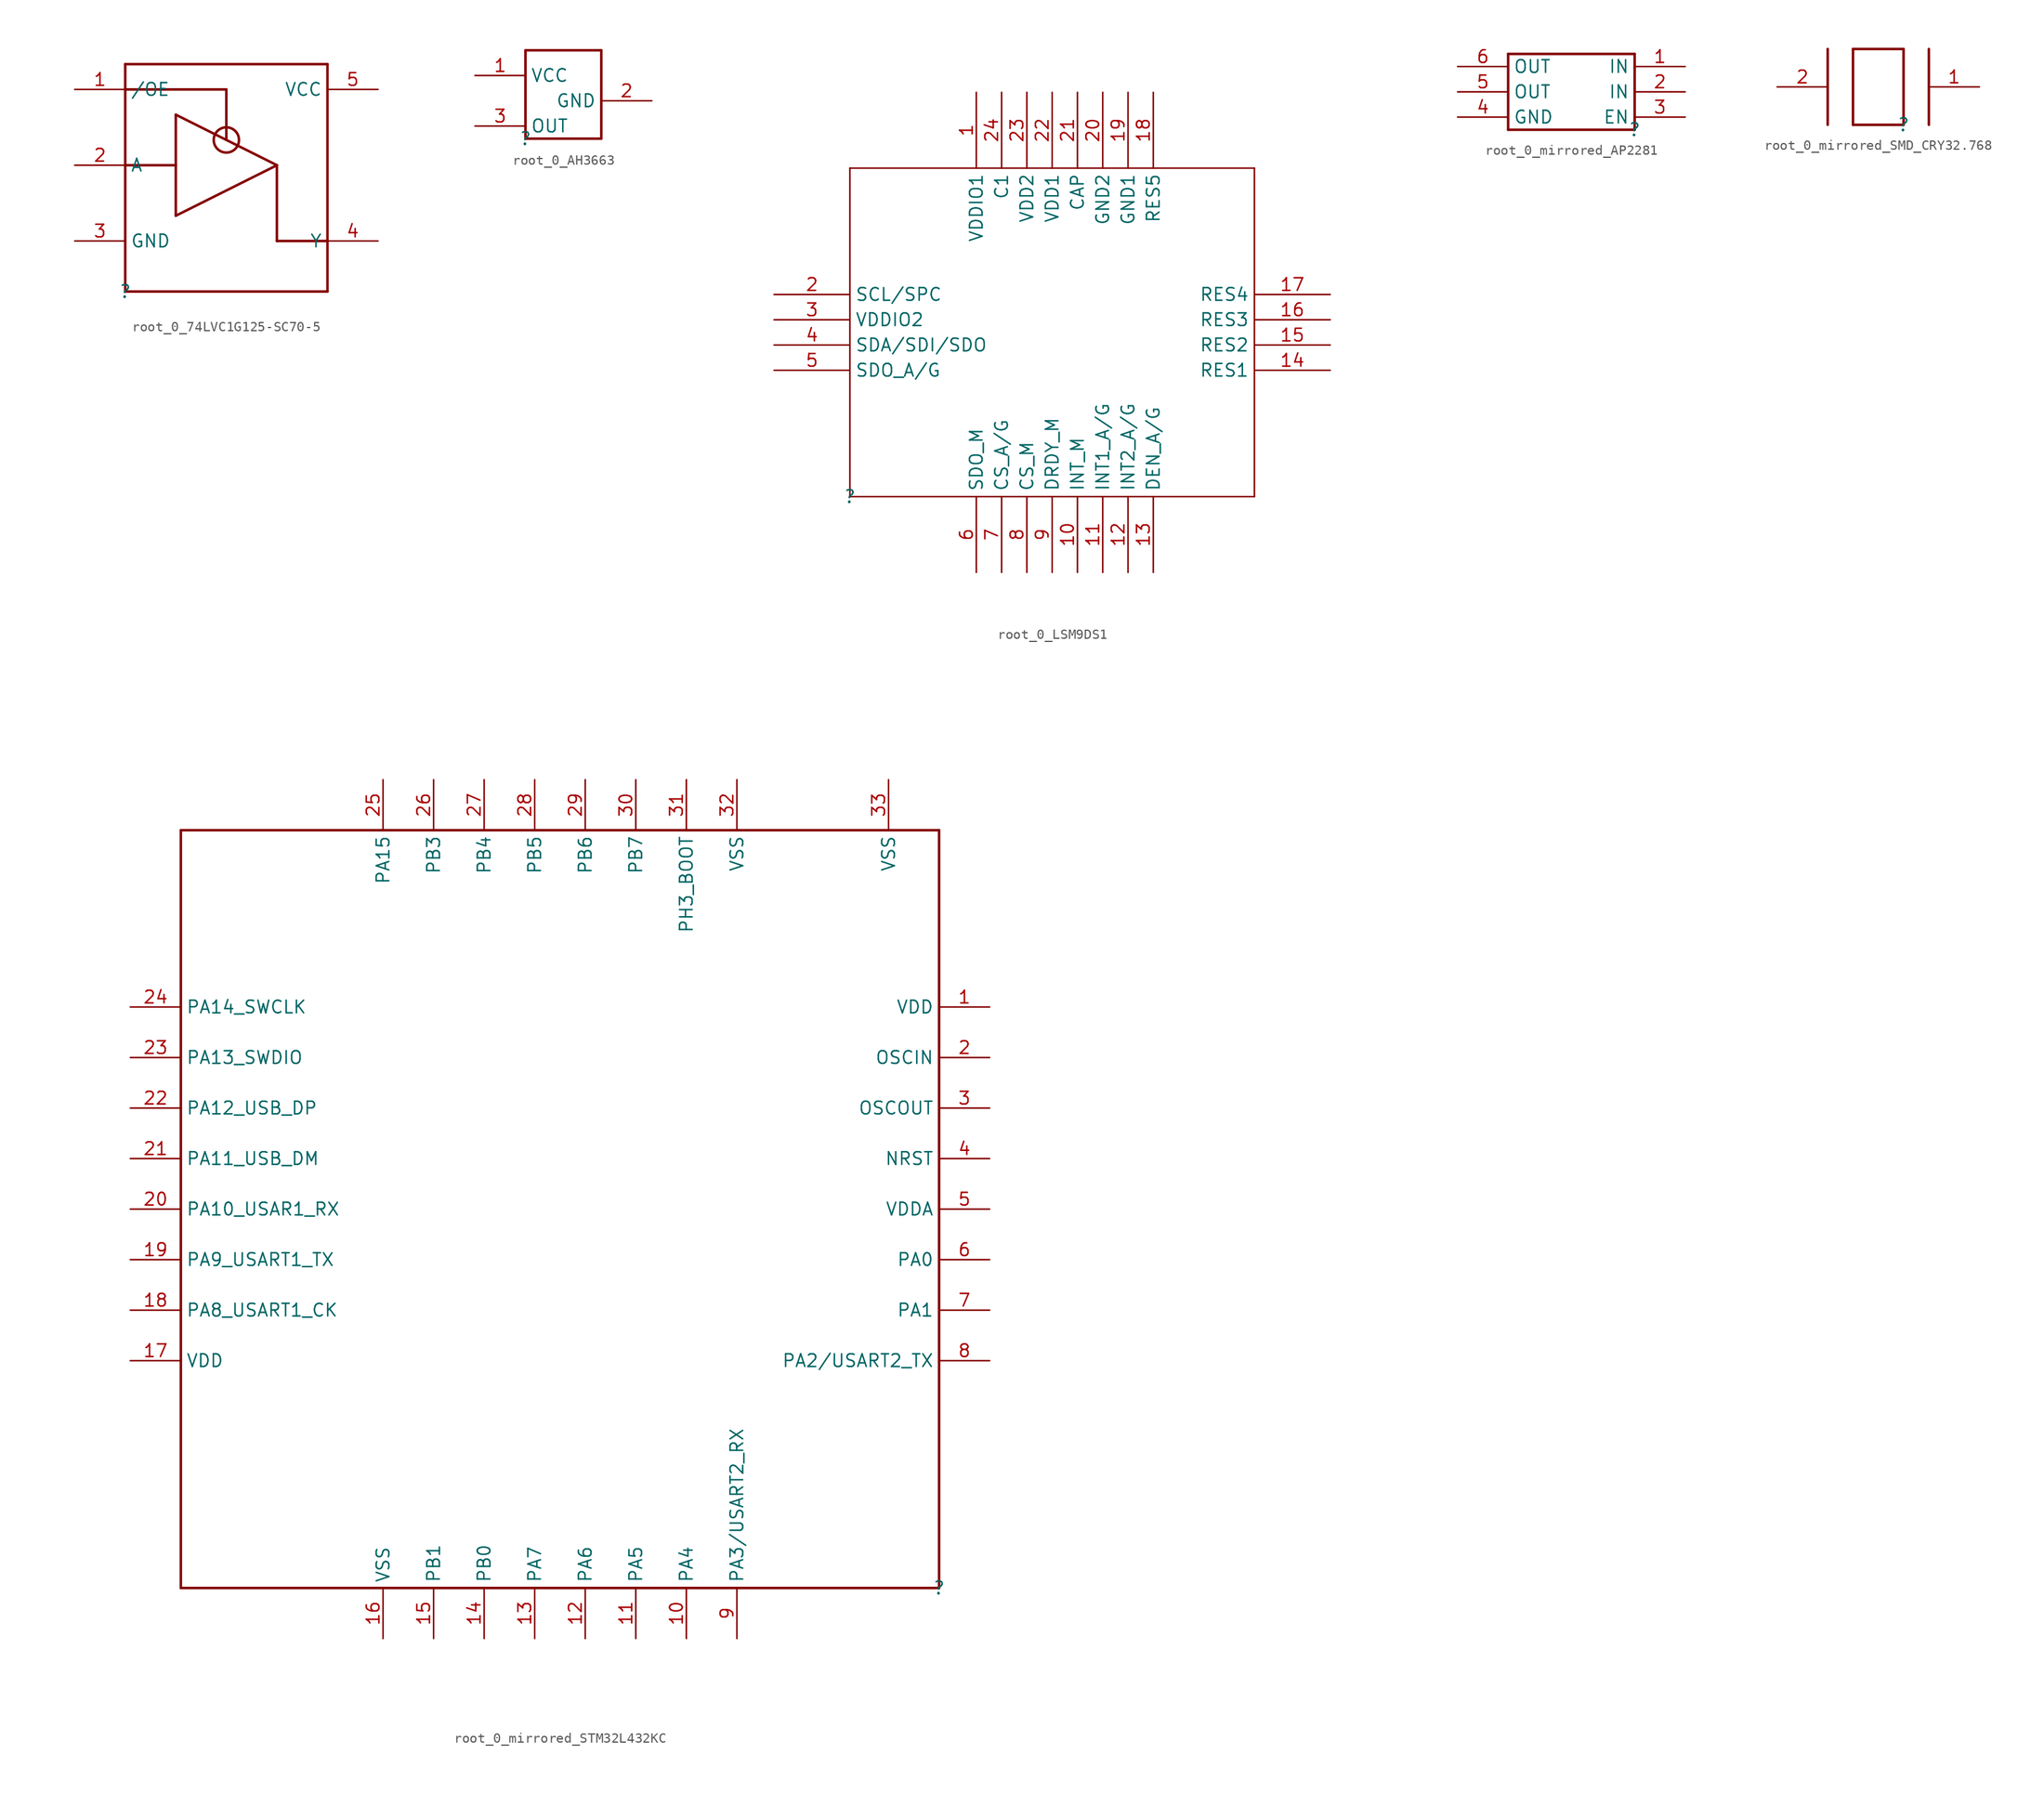
<source format=kicad_sym>
(kicad_symbol_lib
  (version 20220914)
  (generator kicad_symbol_editor)
  (symbol "root_0_74LVC1G125-SC70-5"
    (property "Reference" ""
      (at 0 0 0)
      (effects (font (size 1.27 1.27))))
    (property "Value" ""
      (at 0 0 0)
      (effects (font (size 1.27 1.27))))
    (symbol "root_0_74LVC1G125-SC70-5_1_0"
      (polyline (pts (xy 0 0) (xy 0 22.86)) (stroke (width 0.254) (type solid)) (fill (type none)))
      (polyline (pts (xy 0 12.7) (xy 5.08 12.7)) (stroke (width 0.254) (type solid)) (fill (type none)))
      (polyline (pts (xy 0 20.32) (xy 10.16 20.32)) (stroke (width 0.254) (type solid)) (fill (type none)))
      (polyline (pts (xy 0 22.86) (xy 20.32 22.86)) (stroke (width 0.254) (type solid)) (fill (type none)))
      (polyline (pts (xy 5.08 7.62) (xy 15.24 12.7)) (stroke (width 0.254) (type solid)) (fill (type none)))
      (polyline (pts (xy 5.08 17.78) (xy 5.08 7.62)) (stroke (width 0.254) (type solid)) (fill (type none)))
      (polyline (pts (xy 10.16 20.32) (xy 10.16 15.24)) (stroke (width 0.254) (type solid)) (fill (type none)))
      (polyline (pts (xy 15.24 5.08) (xy 20.32 5.08)) (stroke (width 0.254) (type solid)) (fill (type none)))
      (polyline (pts (xy 15.24 12.7) (xy 5.08 17.78)) (stroke (width 0.254) (type solid)) (fill (type none)))
      (polyline (pts (xy 15.24 12.7) (xy 15.24 5.08)) (stroke (width 0.254) (type solid)) (fill (type none)))
      (polyline (pts (xy 20.32 0) (xy 0 0)) (stroke (width 0.254) (type solid)) (fill (type none)))
      (polyline (pts (xy 20.32 22.86) (xy 20.32 0)) (stroke (width 0.254) (type solid)) (fill (type none)))
      (circle (center 10.16 15.24) (radius 1.27) (stroke (width 0.254) (type solid)) (fill (type none)))
      (pin passive line (at -5.08 20.32 0) (length 5.08) (name "/OE" (effects (font (size 1.27 1.27)))) (number "1" (effects (font (size 1.27 1.27)))))
      (pin passive line (at -5.08 12.7 0) (length 5.08) (name "A" (effects (font (size 1.27 1.27)))) (number "2" (effects (font (size 1.27 1.27)))))
      (pin passive line (at -5.08 5.08 0) (length 5.08) (name "GND" (effects (font (size 1.27 1.27)))) (number "3" (effects (font (size 1.27 1.27)))))
      (pin passive line (at 25.4 5.08 180) (length 5.08) (name "Y" (effects (font (size 1.27 1.27)))) (number "4" (effects (font (size 1.27 1.27)))))
      (pin passive line (at 25.4 20.32 180) (length 5.08) (name "VCC" (effects (font (size 1.27 1.27)))) (number "5" (effects (font (size 1.27 1.27)))))))
  (symbol "root_0_AH3663"
    (property "Reference" ""
      (at 0 0 0)
      (effects (font (size 1.27 1.27))))
    (property "Value" ""
      (at 0 0 0)
      (effects (font (size 1.27 1.27))))
    (symbol "root_0_AH3663_1_0"
      (polyline (pts (xy 0 0) (xy 0 8.89)) (stroke (width 0.254) (type solid)) (fill (type none)))
      (polyline (pts (xy 0 8.89) (xy 7.62 8.89)) (stroke (width 0.254) (type solid)) (fill (type none)))
      (polyline (pts (xy 7.62 0) (xy 0 0)) (stroke (width 0.254) (type solid)) (fill (type none)))
      (polyline (pts (xy 7.62 8.89) (xy 7.62 0)) (stroke (width 0.254) (type solid)) (fill (type none)))
      (pin passive line (at -5.08 6.35 0) (length 5.08) (name "VCC" (effects (font (size 1.27 1.27)))) (number "1" (effects (font (size 1.27 1.27)))))
      (pin passive line (at 12.7 3.81 180) (length 5.08) (name "GND" (effects (font (size 1.27 1.27)))) (number "2" (effects (font (size 1.27 1.27)))))
      (pin passive line (at -5.08 1.27 0) (length 5.08) (name "OUT" (effects (font (size 1.27 1.27)))) (number "3" (effects (font (size 1.27 1.27)))))))
  (symbol "root_0_LSM9DS1"
    (property "Reference" ""
      (at 0 0 0)
      (effects (font (size 1.27 1.27))))
    (property "Value" ""
      (at 0 0 0)
      (effects (font (size 1.27 1.27))))
    (symbol "root_0_LSM9DS1_1_0"
      (polyline (pts (xy 0 0) (xy 0 33.02)) (stroke (width 0) (type solid)) (fill (type none)))
      (polyline (pts (xy 0 33.02) (xy 40.64 33.02)) (stroke (width 0) (type solid)) (fill (type none)))
      (polyline (pts (xy 40.64 0) (xy 0 0)) (stroke (width 0) (type solid)) (fill (type none)))
      (polyline (pts (xy 40.64 33.02) (xy 40.64 0)) (stroke (width 0) (type solid)) (fill (type none)))
      (pin passive line (at 12.7 40.64 270) (length 7.62) (name "VDDIO1" (effects (font (size 1.27 1.27)))) (number "1" (effects (font (size 1.27 1.27)))))
      (pin passive line (at 22.86 -7.62 90) (length 7.62) (name "INT_M" (effects (font (size 1.27 1.27)))) (number "10" (effects (font (size 1.27 1.27)))))
      (pin passive line (at 25.4 -7.62 90) (length 7.62) (name "INT1_A/G" (effects (font (size 1.27 1.27)))) (number "11" (effects (font (size 1.27 1.27)))))
      (pin passive line (at 27.94 -7.62 90) (length 7.62) (name "INT2_A/G" (effects (font (size 1.27 1.27)))) (number "12" (effects (font (size 1.27 1.27)))))
      (pin passive line (at 30.48 -7.62 90) (length 7.62) (name "DEN_A/G" (effects (font (size 1.27 1.27)))) (number "13" (effects (font (size 1.27 1.27)))))
      (pin passive line (at 48.26 12.7 180) (length 7.62) (name "RES1" (effects (font (size 1.27 1.27)))) (number "14" (effects (font (size 1.27 1.27)))))
      (pin passive line (at 48.26 15.24 180) (length 7.62) (name "RES2" (effects (font (size 1.27 1.27)))) (number "15" (effects (font (size 1.27 1.27)))))
      (pin passive line (at 48.26 17.78 180) (length 7.62) (name "RES3" (effects (font (size 1.27 1.27)))) (number "16" (effects (font (size 1.27 1.27)))))
      (pin passive line (at 48.26 20.32 180) (length 7.62) (name "RES4" (effects (font (size 1.27 1.27)))) (number "17" (effects (font (size 1.27 1.27)))))
      (pin passive line (at 30.48 40.64 270) (length 7.62) (name "RES5" (effects (font (size 1.27 1.27)))) (number "18" (effects (font (size 1.27 1.27)))))
      (pin passive line (at 27.94 40.64 270) (length 7.62) (name "GND1" (effects (font (size 1.27 1.27)))) (number "19" (effects (font (size 1.27 1.27)))))
      (pin passive line (at -7.62 20.32 0) (length 7.62) (name "SCL/SPC" (effects (font (size 1.27 1.27)))) (number "2" (effects (font (size 1.27 1.27)))))
      (pin passive line (at 25.4 40.64 270) (length 7.62) (name "GND2" (effects (font (size 1.27 1.27)))) (number "20" (effects (font (size 1.27 1.27)))))
      (pin passive line (at 22.86 40.64 270) (length 7.62) (name "CAP" (effects (font (size 1.27 1.27)))) (number "21" (effects (font (size 1.27 1.27)))))
      (pin passive line (at 20.32 40.64 270) (length 7.62) (name "VDD1" (effects (font (size 1.27 1.27)))) (number "22" (effects (font (size 1.27 1.27)))))
      (pin passive line (at 17.78 40.64 270) (length 7.62) (name "VDD2" (effects (font (size 1.27 1.27)))) (number "23" (effects (font (size 1.27 1.27)))))
      (pin passive line (at 15.24 40.64 270) (length 7.62) (name "C1" (effects (font (size 1.27 1.27)))) (number "24" (effects (font (size 1.27 1.27)))))
      (pin passive line (at -7.62 17.78 0) (length 7.62) (name "VDDIO2" (effects (font (size 1.27 1.27)))) (number "3" (effects (font (size 1.27 1.27)))))
      (pin passive line (at -7.62 15.24 0) (length 7.62) (name "SDA/SDI/SDO" (effects (font (size 1.27 1.27)))) (number "4" (effects (font (size 1.27 1.27)))))
      (pin passive line (at -7.62 12.7 0) (length 7.62) (name "SDO_A/G" (effects (font (size 1.27 1.27)))) (number "5" (effects (font (size 1.27 1.27)))))
      (pin passive line (at 12.7 -7.62 90) (length 7.62) (name "SDO_M" (effects (font (size 1.27 1.27)))) (number "6" (effects (font (size 1.27 1.27)))))
      (pin passive line (at 15.24 -7.62 90) (length 7.62) (name "CS_A/G" (effects (font (size 1.27 1.27)))) (number "7" (effects (font (size 1.27 1.27)))))
      (pin passive line (at 17.78 -7.62 90) (length 7.62) (name "CS_M" (effects (font (size 1.27 1.27)))) (number "8" (effects (font (size 1.27 1.27)))))
      (pin passive line (at 20.32 -7.62 90) (length 7.62) (name "DRDY_M" (effects (font (size 1.27 1.27)))) (number "9" (effects (font (size 1.27 1.27)))))))
  (symbol "root_0_mirrored_AP2281"
    (property "Reference" ""
      (at 0 0 0)
      (effects (font (size 1.27 1.27))))
    (property "Value" ""
      (at 0 0 0)
      (effects (font (size 1.27 1.27))))
    (symbol "root_0_mirrored_AP2281_1_0"
      (polyline (pts (xy -12.7 0) (xy 0 0)) (stroke (width 0.254) (type solid)) (fill (type none)))
      (polyline (pts (xy -12.7 7.62) (xy -12.7 0)) (stroke (width 0.254) (type solid)) (fill (type none)))
      (polyline (pts (xy 0 0) (xy 0 7.62)) (stroke (width 0.254) (type solid)) (fill (type none)))
      (polyline (pts (xy 0 7.62) (xy -12.7 7.62)) (stroke (width 0.254) (type solid)) (fill (type none)))
      (pin passive line (at 5.08 6.35 180) (length 5.08) (name "IN" (effects (font (size 1.27 1.27)))) (number "1" (effects (font (size 1.27 1.27)))))
      (pin passive line (at 5.08 3.81 180) (length 5.08) (name "IN" (effects (font (size 1.27 1.27)))) (number "2" (effects (font (size 1.27 1.27)))))
      (pin passive line (at 5.08 1.27 180) (length 5.08) (name "EN" (effects (font (size 1.27 1.27)))) (number "3" (effects (font (size 1.27 1.27)))))
      (pin passive line (at -17.78 1.27 0) (length 5.08) (name "GND" (effects (font (size 1.27 1.27)))) (number "4" (effects (font (size 1.27 1.27)))))
      (pin passive line (at -17.78 3.81 0) (length 5.08) (name "OUT" (effects (font (size 1.27 1.27)))) (number "5" (effects (font (size 1.27 1.27)))))
      (pin passive line (at -17.78 6.35 0) (length 5.08) (name "OUT" (effects (font (size 1.27 1.27)))) (number "6" (effects (font (size 1.27 1.27)))))))
  (symbol "root_0_mirrored_SMD_CRY32.768"
    (property "Reference" ""
      (at 0 0 0)
      (effects (font (size 1.27 1.27))))
    (property "Value" ""
      (at 0 0 0)
      (effects (font (size 1.27 1.27))))
    (symbol "root_0_mirrored_SMD_CRY32.768_1_0"
      (polyline (pts (xy -7.62 7.62) (xy -7.62 0)) (stroke (width 0.254) (type solid)) (fill (type none)))
      (polyline (pts (xy -5.08 0) (xy 0 0)) (stroke (width 0.254) (type solid)) (fill (type none)))
      (polyline (pts (xy -5.08 7.62) (xy -5.08 0)) (stroke (width 0.254) (type solid)) (fill (type none)))
      (polyline (pts (xy 0 0) (xy 0 7.62)) (stroke (width 0.254) (type solid)) (fill (type none)))
      (polyline (pts (xy 0 7.62) (xy -5.08 7.62)) (stroke (width 0.254) (type solid)) (fill (type none)))
      (polyline (pts (xy 2.54 7.62) (xy 2.54 0)) (stroke (width 0.254) (type solid)) (fill (type none)))
      (pin passive line (at 7.62 3.81 180) (length 5.08) (name "1" (effects (font (size 0 0)))) (number "1" (effects (font (size 1.27 1.27)))))
      (pin passive line (at -12.7 3.81 0) (length 5.08) (name "2" (effects (font (size 0 0)))) (number "2" (effects (font (size 1.27 1.27)))))))
  (symbol "root_0_mirrored_STM32L432KC"
    (property "Reference" ""
      (at 0 0 0)
      (effects (font (size 1.27 1.27))))
    (property "Value" ""
      (at 0 0 0)
      (effects (font (size 1.27 1.27))))
    (symbol "root_0_mirrored_STM32L432KC_1_0"
      (polyline (pts (xy -76.2 0) (xy 0 0)) (stroke (width 0.254) (type solid)) (fill (type none)))
      (polyline (pts (xy -76.2 76.2) (xy -76.2 0)) (stroke (width 0.254) (type solid)) (fill (type none)))
      (polyline (pts (xy 0 0) (xy 0 76.2)) (stroke (width 0.254) (type solid)) (fill (type none)))
      (polyline (pts (xy 0 76.2) (xy -76.2 76.2)) (stroke (width 0.254) (type solid)) (fill (type none)))
      (pin passive line (at 5.08 58.42 180) (length 5.08) (name "VDD" (effects (font (size 1.27 1.27)))) (number "1" (effects (font (size 1.27 1.27)))))
      (pin passive line (at -25.4 -5.08 90) (length 5.08) (name "PA4" (effects (font (size 1.27 1.27)))) (number "10" (effects (font (size 1.27 1.27)))))
      (pin passive line (at -30.48 -5.08 90) (length 5.08) (name "PA5" (effects (font (size 1.27 1.27)))) (number "11" (effects (font (size 1.27 1.27)))))
      (pin passive line (at -35.56 -5.08 90) (length 5.08) (name "PA6" (effects (font (size 1.27 1.27)))) (number "12" (effects (font (size 1.27 1.27)))))
      (pin passive line (at -40.64 -5.08 90) (length 5.08) (name "PA7" (effects (font (size 1.27 1.27)))) (number "13" (effects (font (size 1.27 1.27)))))
      (pin passive line (at -45.72 -5.08 90) (length 5.08) (name "PB0" (effects (font (size 1.27 1.27)))) (number "14" (effects (font (size 1.27 1.27)))))
      (pin passive line (at -50.8 -5.08 90) (length 5.08) (name "PB1" (effects (font (size 1.27 1.27)))) (number "15" (effects (font (size 1.27 1.27)))))
      (pin passive line (at -55.88 -5.08 90) (length 5.08) (name "VSS" (effects (font (size 1.27 1.27)))) (number "16" (effects (font (size 1.27 1.27)))))
      (pin passive line (at -81.28 22.86 0) (length 5.08) (name "VDD" (effects (font (size 1.27 1.27)))) (number "17" (effects (font (size 1.27 1.27)))))
      (pin passive line (at -81.28 27.94 0) (length 5.08) (name "PA8_USART1_CK" (effects (font (size 1.27 1.27)))) (number "18" (effects (font (size 1.27 1.27)))))
      (pin passive line (at -81.28 33.02 0) (length 5.08) (name "PA9_USART1_TX" (effects (font (size 1.27 1.27)))) (number "19" (effects (font (size 1.27 1.27)))))
      (pin passive line (at 5.08 53.34 180) (length 5.08) (name "OSCIN" (effects (font (size 1.27 1.27)))) (number "2" (effects (font (size 1.27 1.27)))))
      (pin passive line (at -81.28 38.1 0) (length 5.08) (name "PA10_USAR1_RX" (effects (font (size 1.27 1.27)))) (number "20" (effects (font (size 1.27 1.27)))))
      (pin passive line (at -81.28 43.18 0) (length 5.08) (name "PA11_USB_DM" (effects (font (size 1.27 1.27)))) (number "21" (effects (font (size 1.27 1.27)))))
      (pin passive line (at -81.28 48.26 0) (length 5.08) (name "PA12_USB_DP" (effects (font (size 1.27 1.27)))) (number "22" (effects (font (size 1.27 1.27)))))
      (pin passive line (at -81.28 53.34 0) (length 5.08) (name "PA13_SWDIO" (effects (font (size 1.27 1.27)))) (number "23" (effects (font (size 1.27 1.27)))))
      (pin passive line (at -81.28 58.42 0) (length 5.08) (name "PA14_SWCLK" (effects (font (size 1.27 1.27)))) (number "24" (effects (font (size 1.27 1.27)))))
      (pin passive line (at -55.88 81.28 270) (length 5.08) (name "PA15" (effects (font (size 1.27 1.27)))) (number "25" (effects (font (size 1.27 1.27)))))
      (pin passive line (at -50.8 81.28 270) (length 5.08) (name "PB3" (effects (font (size 1.27 1.27)))) (number "26" (effects (font (size 1.27 1.27)))))
      (pin passive line (at -45.72 81.28 270) (length 5.08) (name "PB4" (effects (font (size 1.27 1.27)))) (number "27" (effects (font (size 1.27 1.27)))))
      (pin passive line (at -40.64 81.28 270) (length 5.08) (name "PB5" (effects (font (size 1.27 1.27)))) (number "28" (effects (font (size 1.27 1.27)))))
      (pin passive line (at -35.56 81.28 270) (length 5.08) (name "PB6" (effects (font (size 1.27 1.27)))) (number "29" (effects (font (size 1.27 1.27)))))
      (pin passive line (at 5.08 48.26 180) (length 5.08) (name "OSCOUT" (effects (font (size 1.27 1.27)))) (number "3" (effects (font (size 1.27 1.27)))))
      (pin passive line (at -30.48 81.28 270) (length 5.08) (name "PB7" (effects (font (size 1.27 1.27)))) (number "30" (effects (font (size 1.27 1.27)))))
      (pin passive line (at -25.4 81.28 270) (length 5.08) (name "PH3_BOOT" (effects (font (size 1.27 1.27)))) (number "31" (effects (font (size 1.27 1.27)))))
      (pin passive line (at -20.32 81.28 270) (length 5.08) (name "VSS" (effects (font (size 1.27 1.27)))) (number "32" (effects (font (size 1.27 1.27)))))
      (pin passive line (at -5.08 81.28 270) (length 5.08) (name "VSS" (effects (font (size 1.27 1.27)))) (number "33" (effects (font (size 1.27 1.27)))))
      (pin passive line (at 5.08 43.18 180) (length 5.08) (name "NRST" (effects (font (size 1.27 1.27)))) (number "4" (effects (font (size 1.27 1.27)))))
      (pin passive line (at 5.08 38.1 180) (length 5.08) (name "VDDA" (effects (font (size 1.27 1.27)))) (number "5" (effects (font (size 1.27 1.27)))))
      (pin passive line (at 5.08 33.02 180) (length 5.08) (name "PA0" (effects (font (size 1.27 1.27)))) (number "6" (effects (font (size 1.27 1.27)))))
      (pin passive line (at 5.08 27.94 180) (length 5.08) (name "PA1" (effects (font (size 1.27 1.27)))) (number "7" (effects (font (size 1.27 1.27)))))
      (pin passive line (at 5.08 22.86 180) (length 5.08) (name "PA2/USART2_TX" (effects (font (size 1.27 1.27)))) (number "8" (effects (font (size 1.27 1.27)))))
      (pin passive line (at -20.32 -5.08 90) (length 5.08) (name "PA3/USART2_RX" (effects (font (size 1.27 1.27)))) (number "9" (effects (font (size 1.27 1.27))))))))
</source>
